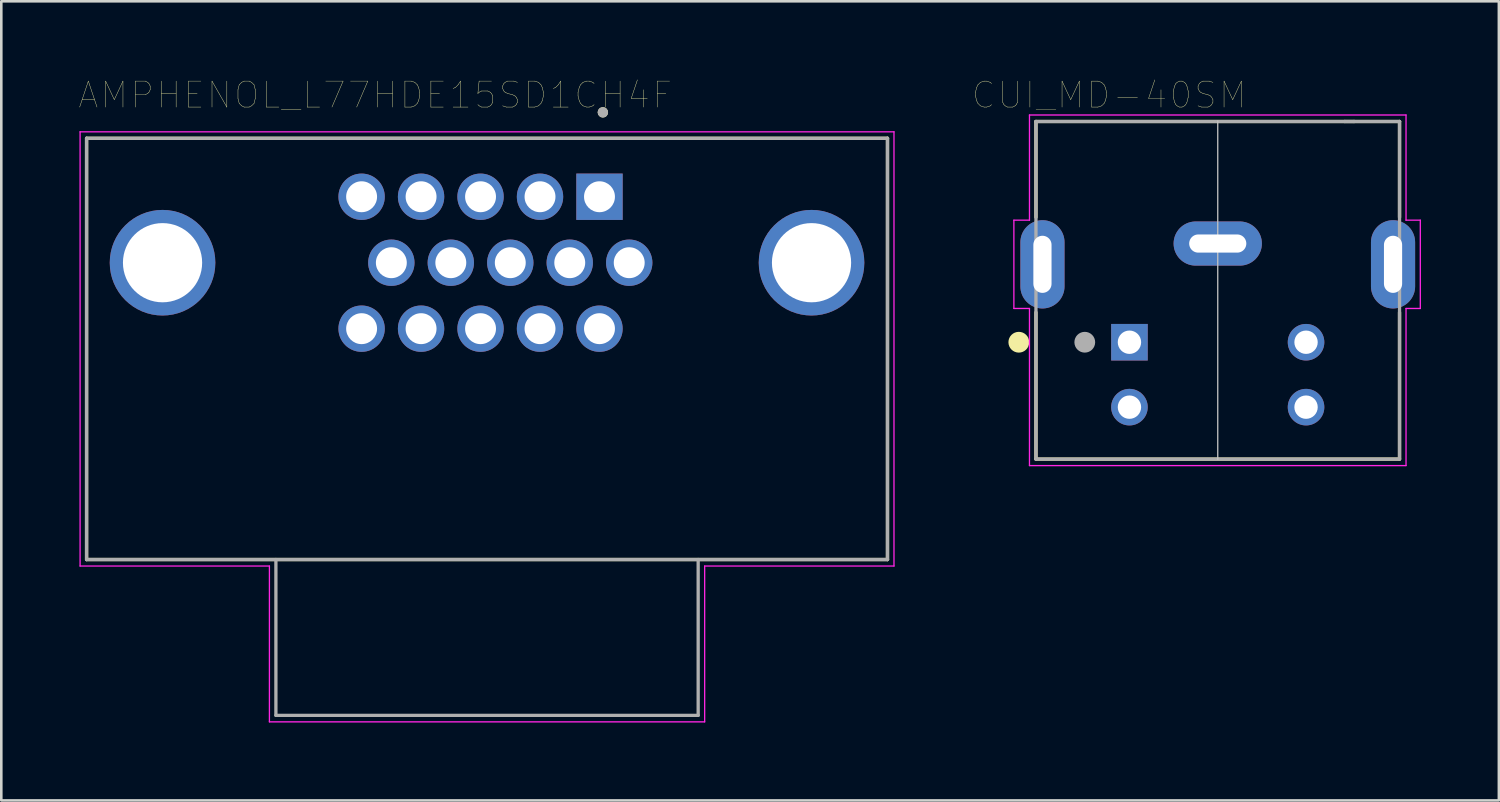
<source format=kicad_pcb>
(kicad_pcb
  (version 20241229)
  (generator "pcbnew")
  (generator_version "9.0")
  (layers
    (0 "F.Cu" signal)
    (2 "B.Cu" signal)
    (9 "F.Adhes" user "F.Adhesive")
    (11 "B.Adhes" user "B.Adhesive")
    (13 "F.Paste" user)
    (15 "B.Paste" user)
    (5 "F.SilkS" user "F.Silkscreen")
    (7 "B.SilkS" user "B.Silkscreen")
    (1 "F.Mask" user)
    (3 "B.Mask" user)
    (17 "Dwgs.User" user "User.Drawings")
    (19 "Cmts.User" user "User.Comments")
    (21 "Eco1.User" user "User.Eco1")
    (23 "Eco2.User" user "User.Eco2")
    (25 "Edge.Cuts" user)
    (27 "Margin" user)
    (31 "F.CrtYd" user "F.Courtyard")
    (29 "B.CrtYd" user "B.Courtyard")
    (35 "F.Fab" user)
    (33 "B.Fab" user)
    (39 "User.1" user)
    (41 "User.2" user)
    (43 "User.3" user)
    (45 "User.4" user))
  (footprint "CUI_MD-40SM"
    (layer "F.Cu")
    (at 43.841 8.128)
    (property "Reference" "CUI_MD-40SM" (at -4.186 -7.516 0) (layer "F.SilkS") (effects (font (size 1 1) (thickness 0.015))))
    (attr through_hole)
    (fp_line (start -7 -6.5) (end -7 -2.81) (stroke (width 0.127) (type solid)) (layer "F.SilkS"))
    (fp_line (start -7 -6.5) (end 7 -6.5) (stroke (width 0.127) (type solid)) (layer "F.SilkS"))
    (fp_line (start -7 6.5) (end -7 0.85) (stroke (width 0.127) (type solid)) (layer "F.SilkS"))
    (fp_line (start 7 -6.5) (end 7 -2.81) (stroke (width 0.127) (type solid)) (layer "F.SilkS"))
    (fp_line (start 7 6.5) (end -7 6.5) (stroke (width 0.127) (type solid)) (layer "F.SilkS"))
    (fp_line (start 7 6.5) (end 7 0.85) (stroke (width 0.127) (type solid)) (layer "F.SilkS"))
    (fp_circle (center -7.66 2) (end -7.46 2) (stroke (width 0.4) (type solid)) (fill no) (layer "F.SilkS"))
    (fp_line (start 0 -6.52) (end 0 6.51) (stroke (width 0.05) (type solid)) (layer "Dwgs.User"))
    (fp_line (start -7.85 -2.7) (end -7.25 -2.7) (stroke (width 0.05) (type solid)) (layer "F.CrtYd"))
    (fp_line (start -7.85 0.7) (end -7.85 -2.7) (stroke (width 0.05) (type solid)) (layer "F.CrtYd"))
    (fp_line (start -7.25 -6.75) (end -7.25 -2.7) (stroke (width 0.05) (type solid)) (layer "F.CrtYd"))
    (fp_line (start -7.25 -6.75) (end 7.25 -6.75) (stroke (width 0.05) (type solid)) (layer "F.CrtYd"))
    (fp_line (start -7.25 0.7) (end -7.85 0.7) (stroke (width 0.05) (type solid)) (layer "F.CrtYd"))
    (fp_line (start -7.25 6.75) (end -7.25 0.7) (stroke (width 0.05) (type solid)) (layer "F.CrtYd"))
    (fp_line (start 7.25 -6.75) (end 7.25 -2.7) (stroke (width 0.05) (type solid)) (layer "F.CrtYd"))
    (fp_line (start 7.25 -2.7) (end 7.8 -2.7) (stroke (width 0.05) (type solid)) (layer "F.CrtYd"))
    (fp_line (start 7.25 0.7) (end 7.25 6.75) (stroke (width 0.05) (type solid)) (layer "F.CrtYd"))
    (fp_line (start 7.25 6.75) (end -7.25 6.75) (stroke (width 0.05) (type solid)) (layer "F.CrtYd"))
    (fp_line (start 7.8 -2.7) (end 7.8 0.7) (stroke (width 0.05) (type solid)) (layer "F.CrtYd"))
    (fp_line (start 7.8 0.7) (end 7.25 0.7) (stroke (width 0.05) (type solid)) (layer "F.CrtYd"))
    (fp_line (start -7 -6.5) (end 4.89 -6.5) (stroke (width 0.127) (type solid)) (layer "F.Fab"))
    (fp_line (start -7 6.5) (end -7 -6.5) (stroke (width 0.127) (type solid)) (layer "F.Fab"))
    (fp_line (start 4.89 -6.5) (end 5.25 -6.5) (stroke (width 0.127) (type solid)) (layer "F.Fab"))
    (fp_line (start 5.25 -6.5) (end 4.89 -6.5) (stroke (width 0.127) (type solid)) (layer "F.Fab"))
    (fp_line (start 5.25 -6.5) (end 7 -6.5) (stroke (width 0.127) (type solid)) (layer "F.Fab"))
    (fp_line (start 7 -6.5) (end 7 6.5) (stroke (width 0.127) (type solid)) (layer "F.Fab"))
    (fp_line (start 7 6.5) (end -7 6.5) (stroke (width 0.127) (type solid)) (layer "F.Fab"))
    (fp_circle (center -5.12 2) (end -4.92 2) (stroke (width 0.4) (type solid)) (fill no) (layer "F.Fab"))
    (pad "1" thru_hole rect (at -3.4 2) (size 1.408 1.408) (drill 0.9) (layers "*.Cu" "*.Mask"))
    (pad "2" thru_hole circle (at 3.4 2) (size 1.408 1.408) (drill 0.9) (layers "*.Cu" "*.Mask"))
    (pad "3" thru_hole circle (at -3.4 4.5) (size 1.408 1.408) (drill 0.9) (layers "*.Cu" "*.Mask"))
    (pad "4" thru_hole circle (at 3.4 4.5) (size 1.408 1.408) (drill 0.9) (layers "*.Cu" "*.Mask"))
    (pad "S1" thru_hole oval (at -6.75 -1) (size 1.7 3.4) (drill oval 0.7 2.2) (layers "*.Cu" "*.Mask"))
    (pad "S2" thru_hole oval (at 0 -1.8) (size 3.4 1.7) (drill oval 2.2 0.7) (layers "*.Cu" "*.Mask"))
    (pad "S3" thru_hole oval (at 6.75 -1) (size 1.7 3.4) (drill oval 0.7 2.2) (layers "*.Cu" "*.Mask")))
  (footprint "AMPHENOL_L77HDE15SD1CH4F"
    (layer "F.Cu")
    (at 15.454 7.066)
    (property "Reference" "AMPHENOL_L77HDE15SD1CH4F" (at -4.055 -6.455 0) (layer "F.SilkS") (effects (font (size 1 1) (thickness 0.015))))
    (attr through_hole)
    (fp_line (start -15.17 -4.79) (end -15.17 11.43) (stroke (width 0.127) (type solid)) (layer "F.SilkS"))
    (fp_line (start -15.17 11.43) (end 15.67 11.43) (stroke (width 0.127) (type solid)) (layer "F.SilkS"))
    (fp_line (start 15.67 -4.79) (end -15.17 -4.79) (stroke (width 0.127) (type solid)) (layer "F.SilkS"))
    (fp_line (start 15.67 11.43) (end 15.67 -4.79) (stroke (width 0.127) (type solid)) (layer "F.SilkS"))
    (fp_circle (center 4.71 -5.79) (end 4.81 -5.79) (stroke (width 0.2) (type solid)) (fill no) (layer "F.SilkS"))
    (fp_line (start -15.42 -5.04) (end -15.42 11.68) (stroke (width 0.05) (type solid)) (layer "F.CrtYd"))
    (fp_line (start -15.42 11.68) (end -8.13 11.68) (stroke (width 0.05) (type solid)) (layer "F.CrtYd"))
    (fp_line (start -8.13 11.68) (end -8.13 17.68) (stroke (width 0.05) (type solid)) (layer "F.CrtYd"))
    (fp_line (start -8.13 17.68) (end 8.63 17.68) (stroke (width 0.05) (type solid)) (layer "F.CrtYd"))
    (fp_line (start 8.63 11.68) (end 15.92 11.68) (stroke (width 0.05) (type solid)) (layer "F.CrtYd"))
    (fp_line (start 8.63 17.68) (end 8.63 11.68) (stroke (width 0.05) (type solid)) (layer "F.CrtYd"))
    (fp_line (start 15.92 -5.04) (end -15.42 -5.04) (stroke (width 0.05) (type solid)) (layer "F.CrtYd"))
    (fp_line (start 15.92 11.68) (end 15.92 -5.04) (stroke (width 0.05) (type solid)) (layer "F.CrtYd"))
    (fp_line (start -15.17 -4.79) (end -15.17 11.43) (stroke (width 0.127) (type solid)) (layer "F.Fab"))
    (fp_line (start -15.17 11.43) (end -7.88 11.43) (stroke (width 0.127) (type solid)) (layer "F.Fab"))
    (fp_line (start -7.88 11.43) (end -7.88 17.43) (stroke (width 0.127) (type solid)) (layer "F.Fab"))
    (fp_line (start -7.88 17.43) (end 8.38 17.43) (stroke (width 0.127) (type solid)) (layer "F.Fab"))
    (fp_line (start 8.38 11.43) (end -7.88 11.43) (stroke (width 0.127) (type solid)) (layer "F.Fab"))
    (fp_line (start 8.38 11.43) (end 15.67 11.43) (stroke (width 0.127) (type solid)) (layer "F.Fab"))
    (fp_line (start 8.38 17.43) (end 8.38 11.43) (stroke (width 0.127) (type solid)) (layer "F.Fab"))
    (fp_line (start 15.67 -4.79) (end -15.17 -4.79) (stroke (width 0.127) (type solid)) (layer "F.Fab"))
    (fp_line (start 15.67 11.43) (end 15.67 -4.79) (stroke (width 0.127) (type solid)) (layer "F.Fab"))
    (fp_circle (center 4.71 -5.79) (end 4.81 -5.79) (stroke (width 0.2) (type solid)) (fill no) (layer "F.Fab"))
    (pad "1" thru_hole rect (at 4.58 -2.54) (size 1.785 1.785) (drill 1.19) (layers "*.Cu" "*.Mask"))
    (pad "2" thru_hole circle (at 2.29 -2.54) (size 1.785 1.785) (drill 1.19) (layers "*.Cu" "*.Mask"))
    (pad "3" thru_hole circle (at 0 -2.54) (size 1.785 1.785) (drill 1.19) (layers "*.Cu" "*.Mask"))
    (pad "4" thru_hole circle (at -2.29 -2.54) (size 1.785 1.785) (drill 1.19) (layers "*.Cu" "*.Mask"))
    (pad "5" thru_hole circle (at -4.58 -2.54) (size 1.785 1.785) (drill 1.19) (layers "*.Cu" "*.Mask"))
    (pad "6" thru_hole circle (at 5.725 0) (size 1.785 1.785) (drill 1.19) (layers "*.Cu" "*.Mask"))
    (pad "7" thru_hole circle (at 3.435 0) (size 1.785 1.785) (drill 1.19) (layers "*.Cu" "*.Mask"))
    (pad "8" thru_hole circle (at 1.145 0) (size 1.785 1.785) (drill 1.19) (layers "*.Cu" "*.Mask"))
    (pad "9" thru_hole circle (at -1.145 0) (size 1.785 1.785) (drill 1.19) (layers "*.Cu" "*.Mask"))
    (pad "10" thru_hole circle (at -3.435 0) (size 1.785 1.785) (drill 1.19) (layers "*.Cu" "*.Mask"))
    (pad "11" thru_hole circle (at 4.58 2.54) (size 1.785 1.785) (drill 1.19) (layers "*.Cu" "*.Mask"))
    (pad "12" thru_hole circle (at 2.29 2.54) (size 1.785 1.785) (drill 1.19) (layers "*.Cu" "*.Mask"))
    (pad "13" thru_hole circle (at 0 2.54) (size 1.785 1.785) (drill 1.19) (layers "*.Cu" "*.Mask"))
    (pad "14" thru_hole circle (at -2.29 2.54) (size 1.785 1.785) (drill 1.19) (layers "*.Cu" "*.Mask"))
    (pad "15" thru_hole circle (at -4.58 2.54) (size 1.785 1.785) (drill 1.19) (layers "*.Cu" "*.Mask"))
    (pad "S1" thru_hole circle (at -12.245 0) (size 4.066 4.066) (drill 3.05) (layers "*.Cu" "*.Mask"))
    (pad "S2" thru_hole circle (at 12.745 0) (size 4.066 4.066) (drill 3.05) (layers "*.Cu" "*.Mask")))
  (gr_rect
    (start -3 -3)
    (end 54.666 27.771)
    (stroke (width 0.1) (type default))
    (fill no)
    (layer "Edge.Cuts")))
</source>
